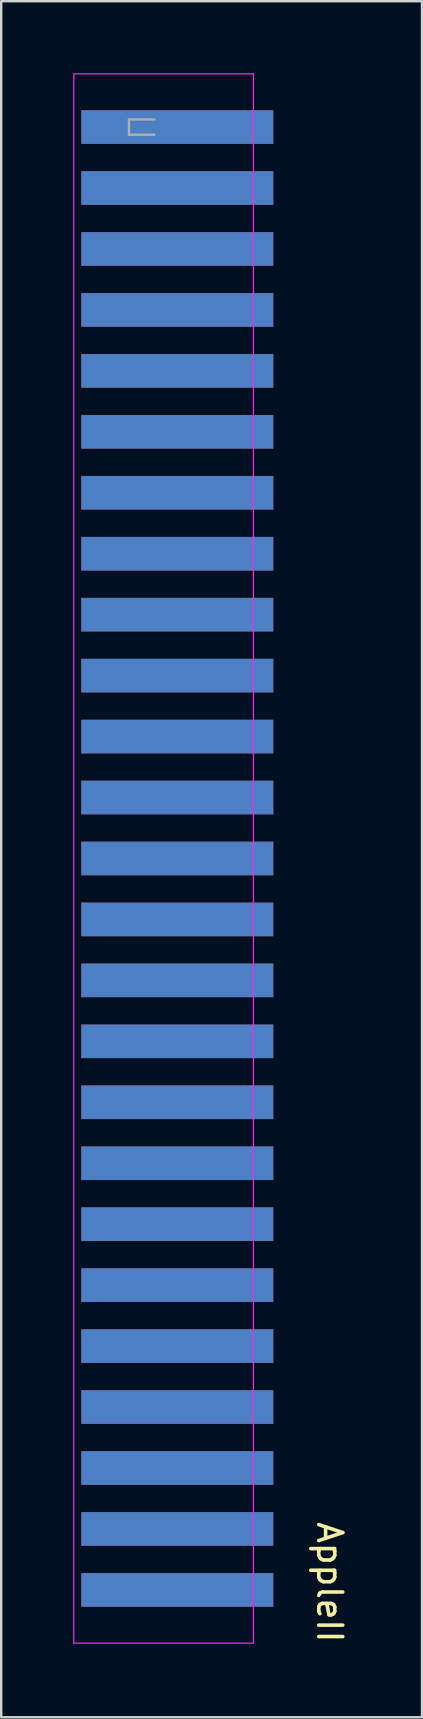
<source format=kicad_pcb>
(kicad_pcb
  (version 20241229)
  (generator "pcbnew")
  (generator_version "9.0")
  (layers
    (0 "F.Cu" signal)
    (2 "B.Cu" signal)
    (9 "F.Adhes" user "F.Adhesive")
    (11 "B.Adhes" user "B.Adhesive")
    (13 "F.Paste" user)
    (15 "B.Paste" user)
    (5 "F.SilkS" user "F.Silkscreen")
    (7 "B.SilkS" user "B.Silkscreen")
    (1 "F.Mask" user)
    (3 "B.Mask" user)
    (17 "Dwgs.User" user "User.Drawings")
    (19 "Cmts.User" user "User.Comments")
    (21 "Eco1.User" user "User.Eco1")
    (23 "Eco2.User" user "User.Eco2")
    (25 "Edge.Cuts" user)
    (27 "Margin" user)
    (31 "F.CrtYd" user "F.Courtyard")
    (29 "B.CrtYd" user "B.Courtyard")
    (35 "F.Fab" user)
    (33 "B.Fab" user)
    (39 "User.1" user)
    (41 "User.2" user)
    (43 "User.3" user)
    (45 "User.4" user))
  (footprint "AppleII"
    (layer "F.Cu")
    (at 5.925 32.725)
    (property "Reference" "AppleII" (at 4.763 30.163 270) (unlocked yes) (layer "F.SilkS") (effects (font (size 1 1) (thickness 0.15))))
    (attr smd)
    (fp_line (start -5.9 -32.7) (end -5.9 32.7) (stroke (width 0.05) (type solid)) (layer "F.CrtYd"))
    (fp_line (start -5.9 32.7) (end 1.587 32.7) (stroke (width 0.05) (type solid)) (layer "F.CrtYd"))
    (fp_line (start 1.587 -32.7) (end -5.9 -32.7) (stroke (width 0.05) (type solid)) (layer "F.CrtYd"))
    (fp_line (start 1.587 32.7) (end 1.587 -32.7) (stroke (width 0.05) (type solid)) (layer "F.CrtYd"))
    (fp_line (start -3.6 -30.8) (end -3.6 -30.16) (stroke (width 0.1) (type solid)) (layer "F.Fab"))
    (fp_line (start -3.6 -30.16) (end -2.54 -30.16) (stroke (width 0.1) (type solid)) (layer "F.Fab"))
    (fp_line (start -2.54 -30.8) (end -3.6 -30.8) (stroke (width 0.1) (type solid)) (layer "F.Fab"))
    (pad "1" smd rect (at -1.587 -30.48) (size 8 1.4) (layers "F.Cu" "F.Mask" "F.Paste"))
    (pad "2" smd rect (at -1.587 -27.94) (size 8 1.4) (layers "F.Cu" "F.Mask" "F.Paste"))
    (pad "3" smd rect (at -1.587 -25.4) (size 8 1.4) (layers "F.Cu" "F.Mask" "F.Paste"))
    (pad "4" smd rect (at -1.587 -22.86) (size 8 1.4) (layers "F.Cu" "F.Mask" "F.Paste"))
    (pad "5" smd rect (at -1.587 -20.32) (size 8 1.4) (layers "F.Cu" "F.Mask" "F.Paste"))
    (pad "6" smd rect (at -1.587 -17.78) (size 8 1.4) (layers "F.Cu" "F.Mask" "F.Paste"))
    (pad "7" smd rect (at -1.587 -15.24) (size 8 1.4) (layers "F.Cu" "F.Mask" "F.Paste"))
    (pad "8" smd rect (at -1.587 -12.7) (size 8 1.4) (layers "F.Cu" "F.Mask" "F.Paste"))
    (pad "9" smd rect (at -1.587 -10.16) (size 8 1.4) (layers "F.Cu" "F.Mask" "F.Paste"))
    (pad "10" smd rect (at -1.587 -7.62) (size 8 1.4) (layers "F.Cu" "F.Mask" "F.Paste"))
    (pad "11" smd rect (at -1.587 -5.08) (size 8 1.4) (layers "F.Cu" "F.Mask" "F.Paste"))
    (pad "12" smd rect (at -1.587 -2.54) (size 8 1.4) (layers "F.Cu" "F.Mask" "F.Paste"))
    (pad "13" smd rect (at -1.587 0) (size 8 1.4) (layers "F.Cu" "F.Mask" "F.Paste"))
    (pad "14" smd rect (at -1.587 2.54) (size 8 1.4) (layers "F.Cu" "F.Mask" "F.Paste"))
    (pad "15" smd rect (at -1.587 5.08) (size 8 1.4) (layers "F.Cu" "F.Mask" "F.Paste"))
    (pad "16" smd rect (at -1.587 7.62) (size 8 1.4) (layers "F.Cu" "F.Mask" "F.Paste"))
    (pad "17" smd rect (at -1.587 10.16) (size 8 1.4) (layers "F.Cu" "F.Mask" "F.Paste"))
    (pad "18" smd rect (at -1.587 12.7) (size 8 1.4) (layers "F.Cu" "F.Mask" "F.Paste"))
    (pad "19" smd rect (at -1.587 15.24) (size 8 1.4) (layers "F.Cu" "F.Mask" "F.Paste"))
    (pad "20" smd rect (at -1.587 17.78) (size 8 1.4) (layers "F.Cu" "F.Mask" "F.Paste"))
    (pad "21" smd rect (at -1.587 20.32) (size 8 1.4) (layers "F.Cu" "F.Mask" "F.Paste"))
    (pad "22" smd rect (at -1.587 22.86) (size 8 1.4) (layers "F.Cu" "F.Mask" "F.Paste"))
    (pad "23" smd rect (at -1.587 25.4) (size 8 1.4) (layers "F.Cu" "F.Mask" "F.Paste"))
    (pad "24" smd rect (at -1.587 27.94) (size 8 1.4) (layers "F.Cu" "F.Mask" "F.Paste"))
    (pad "25" smd rect (at -1.587 30.48) (size 8 1.4) (layers "F.Cu" "F.Mask" "F.Paste"))
    (pad "26" smd rect (at -1.587 30.48) (size 8 1.4) (layers "B.Cu" "B.Mask" "B.Paste"))
    (pad "27" smd rect (at -1.587 27.94) (size 8 1.4) (layers "B.Cu" "B.Mask" "B.Paste"))
    (pad "28" smd rect (at -1.587 25.4) (size 8 1.4) (layers "B.Cu" "B.Mask" "B.Paste"))
    (pad "29" smd rect (at -1.587 22.86) (size 8 1.4) (layers "B.Cu" "B.Mask" "B.Paste"))
    (pad "30" smd rect (at -1.587 20.32) (size 8 1.4) (layers "B.Cu" "B.Mask" "B.Paste"))
    (pad "31" smd rect (at -1.587 17.78) (size 8 1.4) (layers "B.Cu" "B.Mask" "B.Paste"))
    (pad "32" smd rect (at -1.587 15.24) (size 8 1.4) (layers "B.Cu" "B.Mask" "B.Paste"))
    (pad "33" smd rect (at -1.587 12.7) (size 8 1.4) (layers "B.Cu" "B.Mask" "B.Paste"))
    (pad "34" smd rect (at -1.587 10.16) (size 8 1.4) (layers "B.Cu" "B.Mask" "B.Paste"))
    (pad "35" smd rect (at -1.587 7.62) (size 8 1.4) (layers "B.Cu" "B.Mask" "B.Paste"))
    (pad "36" smd rect (at -1.587 5.08) (size 8 1.4) (layers "B.Cu" "B.Mask" "B.Paste"))
    (pad "37" smd rect (at -1.587 2.54) (size 8 1.4) (layers "B.Cu" "B.Mask" "B.Paste"))
    (pad "38" smd rect (at -1.587 0) (size 8 1.4) (layers "B.Cu" "B.Mask" "B.Paste"))
    (pad "39" smd rect (at -1.587 -2.54) (size 8 1.4) (layers "B.Cu" "B.Mask" "B.Paste"))
    (pad "40" smd rect (at -1.587 -5.08) (size 8 1.4) (layers "B.Cu" "B.Mask" "B.Paste"))
    (pad "41" smd rect (at -1.587 -7.62) (size 8 1.4) (layers "B.Cu" "B.Mask" "B.Paste"))
    (pad "42" smd rect (at -1.587 -10.16) (size 8 1.4) (layers "B.Cu" "B.Mask" "B.Paste"))
    (pad "43" smd rect (at -1.587 -12.7) (size 8 1.4) (layers "B.Cu" "B.Mask" "B.Paste"))
    (pad "44" smd rect (at -1.587 -15.24) (size 8 1.4) (layers "B.Cu" "B.Mask" "B.Paste"))
    (pad "45" smd rect (at -1.587 -17.78) (size 8 1.4) (layers "B.Cu" "B.Mask" "B.Paste"))
    (pad "46" smd rect (at -1.587 -20.32) (size 8 1.4) (layers "B.Cu" "B.Mask" "B.Paste"))
    (pad "47" smd rect (at -1.587 -22.86) (size 8 1.4) (layers "B.Cu" "B.Mask" "B.Paste"))
    (pad "48" smd rect (at -1.587 -25.4) (size 8 1.4) (layers "B.Cu" "B.Mask" "B.Paste"))
    (pad "49" smd rect (at -1.587 -27.94) (size 8 1.4) (layers "B.Cu" "B.Mask" "B.Paste"))
    (pad "50" smd rect (at -1.587 -30.48) (size 8 1.4) (layers "B.Cu" "B.Mask" "B.Paste")))
  (gr_rect
    (start -3 -3)
    (end 14.536 68.513)
    (stroke (width 0.1) (type default))
    (fill no)
    (layer "Edge.Cuts")))
</source>
